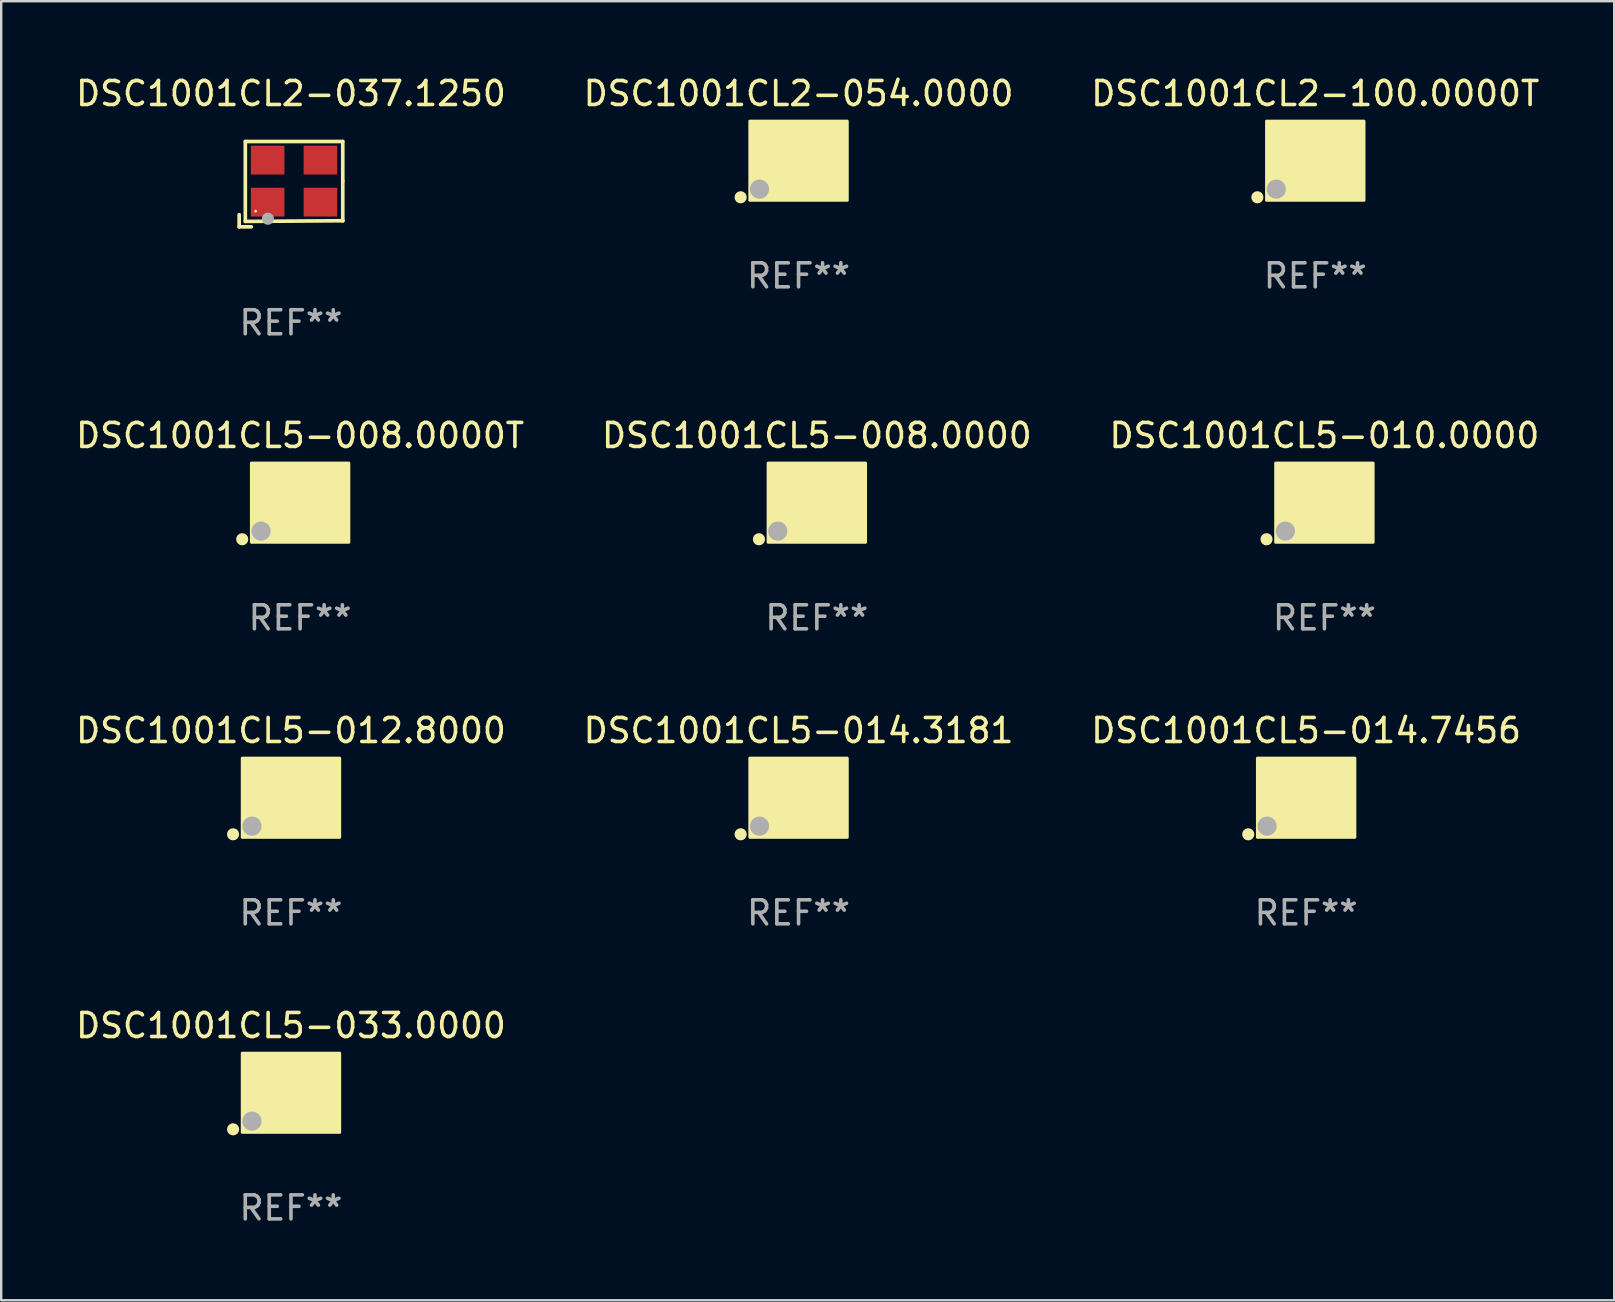
<source format=kicad_pcb>
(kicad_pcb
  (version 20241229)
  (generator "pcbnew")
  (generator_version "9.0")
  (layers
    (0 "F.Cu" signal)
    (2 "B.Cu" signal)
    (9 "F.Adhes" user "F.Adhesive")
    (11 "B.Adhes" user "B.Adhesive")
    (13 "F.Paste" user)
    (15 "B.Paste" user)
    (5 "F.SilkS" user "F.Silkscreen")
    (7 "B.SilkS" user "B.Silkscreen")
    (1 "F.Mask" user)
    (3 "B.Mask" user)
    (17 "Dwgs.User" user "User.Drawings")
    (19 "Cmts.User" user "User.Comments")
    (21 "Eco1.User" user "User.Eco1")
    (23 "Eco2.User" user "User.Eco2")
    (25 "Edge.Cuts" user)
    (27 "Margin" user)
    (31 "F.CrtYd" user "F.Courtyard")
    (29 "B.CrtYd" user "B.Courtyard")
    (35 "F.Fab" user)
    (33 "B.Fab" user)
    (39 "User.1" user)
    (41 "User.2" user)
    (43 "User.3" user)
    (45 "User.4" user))
  (footprint "DSC1001CL5-033.0000"
    (layer "F.Cu")
    (at 9.077 42.494)
    (property "Reference" "DSC1001CL5-033.0000" (at 0 -2.8 0) (layer "F.SilkS") (effects (font (size 1 1) (thickness 0.15))))
    (attr through_hole)
    (fp_circle (center -2.413 1.524) (end -2.286 1.524) (stroke (width 0.254) (type solid)) (fill no) (layer "F.SilkS"))
    (fp_circle (center -1.6 1.25) (end -1.57 1.25) (stroke (width 0.06) (type solid)) (fill no) (layer "F.SilkS"))
    (fp_poly (pts (xy -2.032 -1.651) (xy 2.032 -1.651) (xy 2.032 1.651) (xy -2.032 1.651)) (stroke (width 0.12) (type solid)) (fill yes) (layer "F.SilkS"))
    (fp_circle (center -1.627 1.185) (end -1.427 1.185) (stroke (width 0.4) (type solid)) (fill no) (layer "F.Fab"))
    (fp_text user "REF**" (at 0 4.8 0) (layer "F.Fab") (effects (font (size 1 1) (thickness 0.15))))
    (pad "1" smd rect (at -1.05 0.8) (size 1.4 1.2) (layers "F.Cu" "F.Mask" "F.Paste"))
    (pad "2" smd rect (at 1.05 0.8) (size 1.4 1.2) (layers "F.Cu" "F.Mask" "F.Paste"))
    (pad "3" smd rect (at 1.05 -0.8) (size 1.4 1.2) (layers "F.Cu" "F.Mask" "F.Paste"))
    (pad "4" smd rect (at -1.05 -0.8) (size 1.4 1.2) (layers "F.Cu" "F.Mask" "F.Paste")))
  (footprint "DSC1001CL5-008.0000T"
    (layer "F.Cu")
    (at 9.458 17.901)
    (property "Reference" "DSC1001CL5-008.0000T" (at 0 -2.8 0) (layer "F.SilkS") (effects (font (size 1 1) (thickness 0.15))))
    (attr through_hole)
    (fp_circle (center -2.413 1.524) (end -2.286 1.524) (stroke (width 0.254) (type solid)) (fill no) (layer "F.SilkS"))
    (fp_circle (center -1.6 1.25) (end -1.57 1.25) (stroke (width 0.06) (type solid)) (fill no) (layer "F.SilkS"))
    (fp_poly (pts (xy -2.032 -1.651) (xy 2.032 -1.651) (xy 2.032 1.651) (xy -2.032 1.651)) (stroke (width 0.12) (type solid)) (fill yes) (layer "F.SilkS"))
    (fp_circle (center -1.627 1.185) (end -1.427 1.185) (stroke (width 0.4) (type solid)) (fill no) (layer "F.Fab"))
    (fp_text user "REF**" (at 0 4.8 0) (layer "F.Fab") (effects (font (size 1 1) (thickness 0.15))))
    (pad "1" smd rect (at -1.05 0.8) (size 1.4 1.2) (layers "F.Cu" "F.Mask" "F.Paste"))
    (pad "2" smd rect (at 1.05 0.8) (size 1.4 1.2) (layers "F.Cu" "F.Mask" "F.Paste"))
    (pad "3" smd rect (at 1.05 -0.8) (size 1.4 1.2) (layers "F.Cu" "F.Mask" "F.Paste"))
    (pad "4" smd rect (at -1.05 -0.8) (size 1.4 1.2) (layers "F.Cu" "F.Mask" "F.Paste")))
  (footprint "DSC1001CL5-014.7456"
    (layer "F.Cu")
    (at 51.387 30.198)
    (property "Reference" "DSC1001CL5-014.7456" (at 0 -2.8 0) (layer "F.SilkS") (effects (font (size 1 1) (thickness 0.15))))
    (attr through_hole)
    (fp_circle (center -2.413 1.524) (end -2.286 1.524) (stroke (width 0.254) (type solid)) (fill no) (layer "F.SilkS"))
    (fp_circle (center -1.6 1.25) (end -1.57 1.25) (stroke (width 0.06) (type solid)) (fill no) (layer "F.SilkS"))
    (fp_poly (pts (xy -2.032 -1.651) (xy 2.032 -1.651) (xy 2.032 1.651) (xy -2.032 1.651)) (stroke (width 0.12) (type solid)) (fill yes) (layer "F.SilkS"))
    (fp_circle (center -1.627 1.185) (end -1.427 1.185) (stroke (width 0.4) (type solid)) (fill no) (layer "F.Fab"))
    (fp_text user "REF**" (at 0 4.8 0) (layer "F.Fab") (effects (font (size 1 1) (thickness 0.15))))
    (pad "1" smd rect (at -1.05 0.8) (size 1.4 1.2) (layers "F.Cu" "F.Mask" "F.Paste"))
    (pad "2" smd rect (at 1.05 0.8) (size 1.4 1.2) (layers "F.Cu" "F.Mask" "F.Paste"))
    (pad "3" smd rect (at 1.05 -0.8) (size 1.4 1.2) (layers "F.Cu" "F.Mask" "F.Paste"))
    (pad "4" smd rect (at -1.05 -0.8) (size 1.4 1.2) (layers "F.Cu" "F.Mask" "F.Paste")))
  (footprint "DSC1001CL5-012.8000"
    (layer "F.Cu")
    (at 9.077 30.198)
    (property "Reference" "DSC1001CL5-012.8000" (at 0 -2.8 0) (layer "F.SilkS") (effects (font (size 1 1) (thickness 0.15))))
    (attr through_hole)
    (fp_circle (center -2.413 1.524) (end -2.286 1.524) (stroke (width 0.254) (type solid)) (fill no) (layer "F.SilkS"))
    (fp_circle (center -1.6 1.25) (end -1.57 1.25) (stroke (width 0.06) (type solid)) (fill no) (layer "F.SilkS"))
    (fp_poly (pts (xy -2.032 -1.651) (xy 2.032 -1.651) (xy 2.032 1.651) (xy -2.032 1.651)) (stroke (width 0.12) (type solid)) (fill yes) (layer "F.SilkS"))
    (fp_circle (center -1.627 1.185) (end -1.427 1.185) (stroke (width 0.4) (type solid)) (fill no) (layer "F.Fab"))
    (fp_text user "REF**" (at 0 4.8 0) (layer "F.Fab") (effects (font (size 1 1) (thickness 0.15))))
    (pad "1" smd rect (at -1.05 0.8) (size 1.4 1.2) (layers "F.Cu" "F.Mask" "F.Paste"))
    (pad "2" smd rect (at 1.05 0.8) (size 1.4 1.2) (layers "F.Cu" "F.Mask" "F.Paste"))
    (pad "3" smd rect (at 1.05 -0.8) (size 1.4 1.2) (layers "F.Cu" "F.Mask" "F.Paste"))
    (pad "4" smd rect (at -1.05 -0.8) (size 1.4 1.2) (layers "F.Cu" "F.Mask" "F.Paste")))
  (footprint "DSC1001CL2-100.0000T"
    (layer "F.Cu")
    (at 51.768 3.648)
    (property "Reference" "DSC1001CL2-100.0000T" (at 0 -2.8 0) (layer "F.SilkS") (effects (font (size 1 1) (thickness 0.15))))
    (attr through_hole)
    (fp_circle (center -2.413 1.524) (end -2.286 1.524) (stroke (width 0.254) (type solid)) (fill no) (layer "F.SilkS"))
    (fp_circle (center -1.6 1.25) (end -1.57 1.25) (stroke (width 0.06) (type solid)) (fill no) (layer "F.SilkS"))
    (fp_poly (pts (xy -2.032 -1.651) (xy 2.032 -1.651) (xy 2.032 1.651) (xy -2.032 1.651)) (stroke (width 0.12) (type solid)) (fill yes) (layer "F.SilkS"))
    (fp_circle (center -1.627 1.185) (end -1.427 1.185) (stroke (width 0.4) (type solid)) (fill no) (layer "F.Fab"))
    (fp_text user "REF**" (at 0 4.8 0) (layer "F.Fab") (effects (font (size 1 1) (thickness 0.15))))
    (pad "1" smd rect (at -1.05 0.8) (size 1.4 1.2) (layers "F.Cu" "F.Mask" "F.Paste"))
    (pad "2" smd rect (at 1.05 0.8) (size 1.4 1.2) (layers "F.Cu" "F.Mask" "F.Paste"))
    (pad "3" smd rect (at 1.05 -0.8) (size 1.4 1.2) (layers "F.Cu" "F.Mask" "F.Paste"))
    (pad "4" smd rect (at -1.05 -0.8) (size 1.4 1.2) (layers "F.Cu" "F.Mask" "F.Paste")))
  (footprint "DSC1001CL2-054.0000"
    (layer "F.Cu")
    (at 30.232 3.648)
    (property "Reference" "DSC1001CL2-054.0000" (at 0 -2.8 0) (layer "F.SilkS") (effects (font (size 1 1) (thickness 0.15))))
    (attr through_hole)
    (fp_circle (center -2.413 1.524) (end -2.286 1.524) (stroke (width 0.254) (type solid)) (fill no) (layer "F.SilkS"))
    (fp_circle (center -1.6 1.25) (end -1.57 1.25) (stroke (width 0.06) (type solid)) (fill no) (layer "F.SilkS"))
    (fp_poly (pts (xy -2.032 -1.651) (xy 2.032 -1.651) (xy 2.032 1.651) (xy -2.032 1.651)) (stroke (width 0.12) (type solid)) (fill yes) (layer "F.SilkS"))
    (fp_circle (center -1.627 1.185) (end -1.427 1.185) (stroke (width 0.4) (type solid)) (fill no) (layer "F.Fab"))
    (fp_text user "REF**" (at 0 4.8 0) (layer "F.Fab") (effects (font (size 1 1) (thickness 0.15))))
    (pad "1" smd rect (at -1.05 0.8) (size 1.4 1.2) (layers "F.Cu" "F.Mask" "F.Paste"))
    (pad "2" smd rect (at 1.05 0.8) (size 1.4 1.2) (layers "F.Cu" "F.Mask" "F.Paste"))
    (pad "3" smd rect (at 1.05 -0.8) (size 1.4 1.2) (layers "F.Cu" "F.Mask" "F.Paste"))
    (pad "4" smd rect (at -1.05 -0.8) (size 1.4 1.2) (layers "F.Cu" "F.Mask" "F.Paste")))
  (footprint "DSC1001CL5-008.0000"
    (layer "F.Cu")
    (at 30.994 17.901)
    (property "Reference" "DSC1001CL5-008.0000" (at 0 -2.8 0) (layer "F.SilkS") (effects (font (size 1 1) (thickness 0.15))))
    (attr through_hole)
    (fp_circle (center -2.413 1.524) (end -2.286 1.524) (stroke (width 0.254) (type solid)) (fill no) (layer "F.SilkS"))
    (fp_circle (center -1.6 1.25) (end -1.57 1.25) (stroke (width 0.06) (type solid)) (fill no) (layer "F.SilkS"))
    (fp_poly (pts (xy -2.032 -1.651) (xy 2.032 -1.651) (xy 2.032 1.651) (xy -2.032 1.651)) (stroke (width 0.12) (type solid)) (fill yes) (layer "F.SilkS"))
    (fp_circle (center -1.627 1.185) (end -1.427 1.185) (stroke (width 0.4) (type solid)) (fill no) (layer "F.Fab"))
    (fp_text user "REF**" (at 0 4.8 0) (layer "F.Fab") (effects (font (size 1 1) (thickness 0.15))))
    (pad "1" smd rect (at -1.05 0.8) (size 1.4 1.2) (layers "F.Cu" "F.Mask" "F.Paste"))
    (pad "2" smd rect (at 1.05 0.8) (size 1.4 1.2) (layers "F.Cu" "F.Mask" "F.Paste"))
    (pad "3" smd rect (at 1.05 -0.8) (size 1.4 1.2) (layers "F.Cu" "F.Mask" "F.Paste"))
    (pad "4" smd rect (at -1.05 -0.8) (size 1.4 1.2) (layers "F.Cu" "F.Mask" "F.Paste")))
  (footprint "DSC1001CL2-037.1250"
    (layer "F.Cu")
    (at 9.077 4.626)
    (property "Reference" "DSC1001CL2-037.1250" (at 0 -3.778 0) (layer "F.SilkS") (effects (font (size 1 1) (thickness 0.15))))
    (attr through_hole)
    (fp_line (start -2.159 1.27) (end -2.159 1.778) (stroke (width 0.152) (type solid)) (layer "F.SilkS"))
    (fp_line (start -2.159 1.778) (end -1.651 1.778) (stroke (width 0.152) (type solid)) (layer "F.SilkS"))
    (fp_line (start -1.902 -1.778) (end 2.159 -1.778) (stroke (width 0.152) (type solid)) (layer "F.SilkS"))
    (fp_line (start -1.902 1.552) (end -1.902 -1.778) (stroke (width 0.152) (type solid)) (layer "F.SilkS"))
    (fp_line (start 2.159 -1.778) (end 2.159 -0.127) (stroke (width 0.152) (type solid)) (layer "F.SilkS"))
    (fp_line (start 2.159 -0.127) (end 2.159 1.524) (stroke (width 0.152) (type solid)) (layer "F.SilkS"))
    (fp_line (start 2.159 1.524) (end -1.902 1.552) (stroke (width 0.152) (type solid)) (layer "F.SilkS"))
    (fp_line (start 2.159 1.524) (end 2.159 1.524) (stroke (width 0.152) (type solid)) (layer "F.SilkS"))
    (fp_circle (center -1.473 1.123) (end -1.443 1.123) (stroke (width 0.06) (type solid)) (fill no) (layer "F.SilkS"))
    (fp_circle (center -0.961 1.44) (end -0.834 1.44) (stroke (width 0.254) (type solid)) (fill no) (layer "F.Fab"))
    (fp_text user "REF**" (at 0 5.778 0) (layer "F.Fab") (effects (font (size 1 1) (thickness 0.15))))
    (pad "1" smd rect (at -0.973 0.748) (size 1.4 1.2) (layers "F.Cu" "F.Mask" "F.Paste"))
    (pad "2" smd rect (at 1.227 0.748) (size 1.4 1.2) (layers "F.Cu" "F.Mask" "F.Paste"))
    (pad "3" smd rect (at 1.227 -1.002) (size 1.4 1.2) (layers "F.Cu" "F.Mask" "F.Paste"))
    (pad "4" smd rect (at -0.973 -1.002) (size 1.4 1.2) (layers "F.Cu" "F.Mask" "F.Paste")))
  (footprint "DSC1001CL5-014.3181"
    (layer "F.Cu")
    (at 30.232 30.198)
    (property "Reference" "DSC1001CL5-014.3181" (at 0 -2.8 0) (layer "F.SilkS") (effects (font (size 1 1) (thickness 0.15))))
    (attr through_hole)
    (fp_circle (center -2.413 1.524) (end -2.286 1.524) (stroke (width 0.254) (type solid)) (fill no) (layer "F.SilkS"))
    (fp_circle (center -1.6 1.25) (end -1.57 1.25) (stroke (width 0.06) (type solid)) (fill no) (layer "F.SilkS"))
    (fp_poly (pts (xy -2.032 -1.651) (xy 2.032 -1.651) (xy 2.032 1.651) (xy -2.032 1.651)) (stroke (width 0.12) (type solid)) (fill yes) (layer "F.SilkS"))
    (fp_circle (center -1.627 1.185) (end -1.427 1.185) (stroke (width 0.4) (type solid)) (fill no) (layer "F.Fab"))
    (fp_text user "REF**" (at 0 4.8 0) (layer "F.Fab") (effects (font (size 1 1) (thickness 0.15))))
    (pad "1" smd rect (at -1.05 0.8) (size 1.4 1.2) (layers "F.Cu" "F.Mask" "F.Paste"))
    (pad "2" smd rect (at 1.05 0.8) (size 1.4 1.2) (layers "F.Cu" "F.Mask" "F.Paste"))
    (pad "3" smd rect (at 1.05 -0.8) (size 1.4 1.2) (layers "F.Cu" "F.Mask" "F.Paste"))
    (pad "4" smd rect (at -1.05 -0.8) (size 1.4 1.2) (layers "F.Cu" "F.Mask" "F.Paste")))
  (footprint "DSC1001CL5-010.0000"
    (layer "F.Cu")
    (at 52.149 17.901)
    (property "Reference" "DSC1001CL5-010.0000" (at 0 -2.8 0) (layer "F.SilkS") (effects (font (size 1 1) (thickness 0.15))))
    (attr through_hole)
    (fp_circle (center -2.413 1.524) (end -2.286 1.524) (stroke (width 0.254) (type solid)) (fill no) (layer "F.SilkS"))
    (fp_circle (center -1.6 1.25) (end -1.57 1.25) (stroke (width 0.06) (type solid)) (fill no) (layer "F.SilkS"))
    (fp_poly (pts (xy -2.032 -1.651) (xy 2.032 -1.651) (xy 2.032 1.651) (xy -2.032 1.651)) (stroke (width 0.12) (type solid)) (fill yes) (layer "F.SilkS"))
    (fp_circle (center -1.627 1.185) (end -1.427 1.185) (stroke (width 0.4) (type solid)) (fill no) (layer "F.Fab"))
    (fp_text user "REF**" (at 0 4.8 0) (layer "F.Fab") (effects (font (size 1 1) (thickness 0.15))))
    (pad "1" smd rect (at -1.05 0.8) (size 1.4 1.2) (layers "F.Cu" "F.Mask" "F.Paste"))
    (pad "2" smd rect (at 1.05 0.8) (size 1.4 1.2) (layers "F.Cu" "F.Mask" "F.Paste"))
    (pad "3" smd rect (at 1.05 -0.8) (size 1.4 1.2) (layers "F.Cu" "F.Mask" "F.Paste"))
    (pad "4" smd rect (at -1.05 -0.8) (size 1.4 1.2) (layers "F.Cu" "F.Mask" "F.Paste")))
  (gr_rect
    (start -3 -3)
    (end 64.226 51.143)
    (stroke (width 0.1) (type default))
    (fill no)
    (layer "Edge.Cuts")))
</source>
